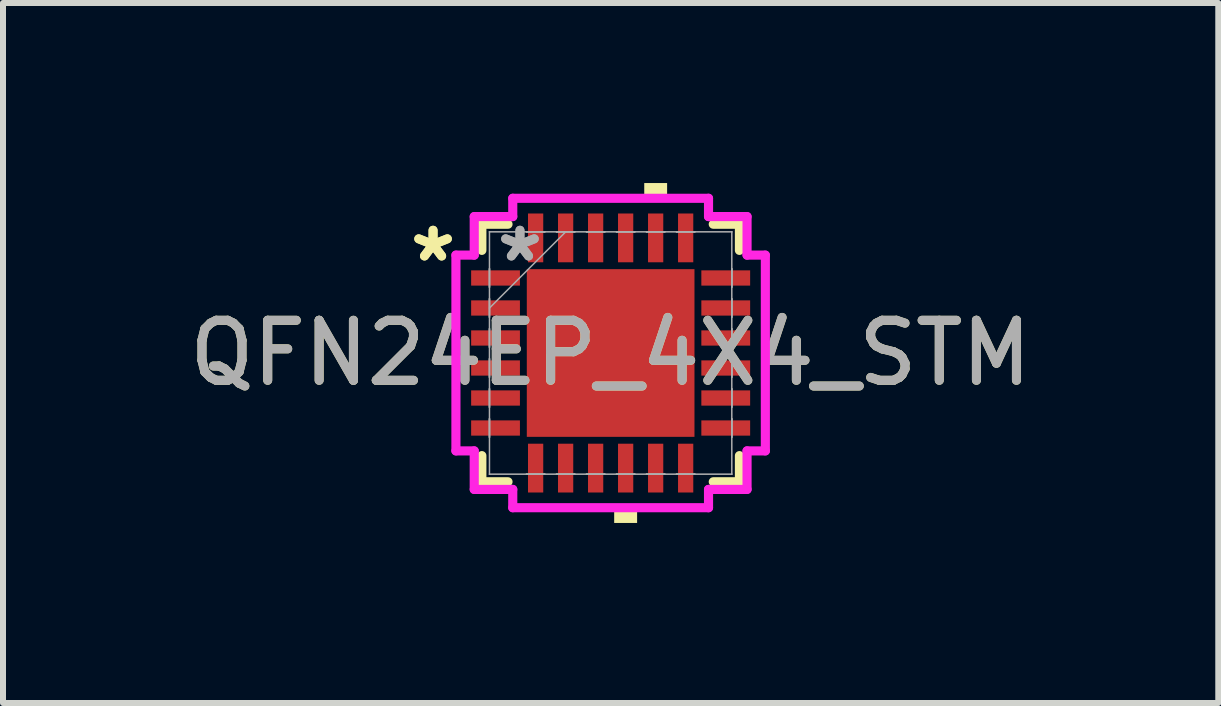
<source format=kicad_pcb>
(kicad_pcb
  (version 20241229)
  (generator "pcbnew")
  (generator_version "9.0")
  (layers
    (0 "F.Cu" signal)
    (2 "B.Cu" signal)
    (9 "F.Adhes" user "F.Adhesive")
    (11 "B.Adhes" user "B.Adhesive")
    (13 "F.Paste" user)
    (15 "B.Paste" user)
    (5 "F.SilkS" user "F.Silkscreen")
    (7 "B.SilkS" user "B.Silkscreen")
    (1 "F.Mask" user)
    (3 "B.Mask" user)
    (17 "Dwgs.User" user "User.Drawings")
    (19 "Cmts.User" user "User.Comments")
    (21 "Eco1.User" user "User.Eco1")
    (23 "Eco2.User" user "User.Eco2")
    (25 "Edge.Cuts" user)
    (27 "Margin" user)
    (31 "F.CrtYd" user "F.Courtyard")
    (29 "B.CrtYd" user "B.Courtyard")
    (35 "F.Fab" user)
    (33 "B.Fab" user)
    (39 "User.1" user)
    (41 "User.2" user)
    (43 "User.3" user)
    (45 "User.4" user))
  (footprint "QFN24EP_4X4_STM"
    (layer "F.Cu")
    (at 7.125 2.832)
    (property "Reference" "QFN24EP_4X4_STM" (at 0 0 0) (unlocked yes) (layer "F.SilkS") (effects (font (size 1 1) (thickness 0.15))))
    (attr smd)
    (fp_line (start -2.146 -2.146) (end -2.146 -1.71) (stroke (width 0.152) (type solid)) (layer "F.SilkS"))
    (fp_line (start -2.146 1.71) (end -2.146 2.146) (stroke (width 0.152) (type solid)) (layer "F.SilkS"))
    (fp_line (start -2.146 2.146) (end -1.71 2.146) (stroke (width 0.152) (type solid)) (layer "F.SilkS"))
    (fp_line (start -1.71 -2.146) (end -2.146 -2.146) (stroke (width 0.152) (type solid)) (layer "F.SilkS"))
    (fp_line (start 1.71 2.146) (end 2.146 2.146) (stroke (width 0.152) (type solid)) (layer "F.SilkS"))
    (fp_line (start 2.146 -2.146) (end 1.71 -2.146) (stroke (width 0.152) (type solid)) (layer "F.SilkS"))
    (fp_line (start 2.146 -1.71) (end 2.146 -2.146) (stroke (width 0.152) (type solid)) (layer "F.SilkS"))
    (fp_line (start 2.146 2.146) (end 2.146 1.71) (stroke (width 0.152) (type solid)) (layer "F.SilkS"))
    (fp_poly (pts (xy 0.059 2.578) (xy 0.059 2.832) (xy 0.441 2.832) (xy 0.441 2.578)) (stroke (width 0) (type solid)) (fill yes) (layer "F.SilkS"))
    (fp_poly (pts (xy 0.56 -2.578) (xy 0.56 -2.832) (xy 0.941 -2.832) (xy 0.941 -2.578)) (stroke (width 0) (type solid)) (fill yes) (layer "F.SilkS"))
    (fp_poly (pts (xy -1.297 -1.297) (xy -1.297 -0.1) (xy -0.1 -0.1) (xy -0.1 -1.297)) (stroke (width 0) (type solid)) (fill yes) (layer "F.Paste"))
    (fp_poly (pts (xy -1.297 0.1) (xy -1.297 1.297) (xy -0.1 1.297) (xy -0.1 0.1)) (stroke (width 0) (type solid)) (fill yes) (layer "F.Paste"))
    (fp_poly (pts (xy 0.1 -1.297) (xy 0.1 -0.1) (xy 1.297 -0.1) (xy 1.297 -1.297)) (stroke (width 0) (type solid)) (fill yes) (layer "F.Paste"))
    (fp_poly (pts (xy 0.1 0.1) (xy 0.1 1.297) (xy 1.297 1.297) (xy 1.297 0.1)) (stroke (width 0) (type solid)) (fill yes) (layer "F.Paste"))
    (fp_line (start -2.578 -1.631) (end -2.273 -1.631) (stroke (width 0.152) (type solid)) (layer "F.CrtYd"))
    (fp_line (start -2.578 1.631) (end -2.578 -1.631) (stroke (width 0.152) (type solid)) (layer "F.CrtYd"))
    (fp_line (start -2.273 -2.273) (end -1.631 -2.273) (stroke (width 0.152) (type solid)) (layer "F.CrtYd"))
    (fp_line (start -2.273 -1.631) (end -2.273 -2.273) (stroke (width 0.152) (type solid)) (layer "F.CrtYd"))
    (fp_line (start -2.273 1.631) (end -2.578 1.631) (stroke (width 0.152) (type solid)) (layer "F.CrtYd"))
    (fp_line (start -2.273 2.273) (end -2.273 1.631) (stroke (width 0.152) (type solid)) (layer "F.CrtYd"))
    (fp_line (start -1.631 -2.578) (end 1.631 -2.578) (stroke (width 0.152) (type solid)) (layer "F.CrtYd"))
    (fp_line (start -1.631 -2.273) (end -1.631 -2.578) (stroke (width 0.152) (type solid)) (layer "F.CrtYd"))
    (fp_line (start -1.631 2.273) (end -2.273 2.273) (stroke (width 0.152) (type solid)) (layer "F.CrtYd"))
    (fp_line (start -1.631 2.578) (end -1.631 2.273) (stroke (width 0.152) (type solid)) (layer "F.CrtYd"))
    (fp_line (start 1.631 -2.578) (end 1.631 -2.273) (stroke (width 0.152) (type solid)) (layer "F.CrtYd"))
    (fp_line (start 1.631 -2.273) (end 2.273 -2.273) (stroke (width 0.152) (type solid)) (layer "F.CrtYd"))
    (fp_line (start 1.631 2.273) (end 1.631 2.578) (stroke (width 0.152) (type solid)) (layer "F.CrtYd"))
    (fp_line (start 1.631 2.578) (end -1.631 2.578) (stroke (width 0.152) (type solid)) (layer "F.CrtYd"))
    (fp_line (start 2.273 -2.273) (end 2.273 -1.631) (stroke (width 0.152) (type solid)) (layer "F.CrtYd"))
    (fp_line (start 2.273 -1.631) (end 2.578 -1.631) (stroke (width 0.152) (type solid)) (layer "F.CrtYd"))
    (fp_line (start 2.273 1.631) (end 2.273 2.273) (stroke (width 0.152) (type solid)) (layer "F.CrtYd"))
    (fp_line (start 2.273 2.273) (end 1.631 2.273) (stroke (width 0.152) (type solid)) (layer "F.CrtYd"))
    (fp_line (start 2.578 -1.631) (end 2.578 1.631) (stroke (width 0.152) (type solid)) (layer "F.CrtYd"))
    (fp_line (start 2.578 1.631) (end 2.273 1.631) (stroke (width 0.152) (type solid)) (layer "F.CrtYd"))
    (fp_line (start -2.019 -2.019) (end -2.019 -2.019) (stroke (width 0.025) (type solid)) (layer "F.Fab"))
    (fp_line (start -2.019 -2.019) (end -2.019 2.019) (stroke (width 0.025) (type solid)) (layer "F.Fab"))
    (fp_line (start -2.019 -1.402) (end -2.019 -1.402) (stroke (width 0.025) (type solid)) (layer "F.Fab"))
    (fp_line (start -2.019 -1.402) (end -2.019 -1.098) (stroke (width 0.025) (type solid)) (layer "F.Fab"))
    (fp_line (start -2.019 -1.098) (end -2.019 -1.402) (stroke (width 0.025) (type solid)) (layer "F.Fab"))
    (fp_line (start -2.019 -1.098) (end -2.019 -1.098) (stroke (width 0.025) (type solid)) (layer "F.Fab"))
    (fp_line (start -2.019 -0.902) (end -2.019 -0.902) (stroke (width 0.025) (type solid)) (layer "F.Fab"))
    (fp_line (start -2.019 -0.902) (end -2.019 -0.598) (stroke (width 0.025) (type solid)) (layer "F.Fab"))
    (fp_line (start -2.019 -0.749) (end -0.749 -2.019) (stroke (width 0.025) (type solid)) (layer "F.Fab"))
    (fp_line (start -2.019 -0.598) (end -2.019 -0.902) (stroke (width 0.025) (type solid)) (layer "F.Fab"))
    (fp_line (start -2.019 -0.598) (end -2.019 -0.598) (stroke (width 0.025) (type solid)) (layer "F.Fab"))
    (fp_line (start -2.019 -0.402) (end -2.019 -0.402) (stroke (width 0.025) (type solid)) (layer "F.Fab"))
    (fp_line (start -2.019 -0.402) (end -2.019 -0.098) (stroke (width 0.025) (type solid)) (layer "F.Fab"))
    (fp_line (start -2.019 -0.098) (end -2.019 -0.402) (stroke (width 0.025) (type solid)) (layer "F.Fab"))
    (fp_line (start -2.019 -0.098) (end -2.019 -0.098) (stroke (width 0.025) (type solid)) (layer "F.Fab"))
    (fp_line (start -2.019 0.098) (end -2.019 0.098) (stroke (width 0.025) (type solid)) (layer "F.Fab"))
    (fp_line (start -2.019 0.098) (end -2.019 0.402) (stroke (width 0.025) (type solid)) (layer "F.Fab"))
    (fp_line (start -2.019 0.402) (end -2.019 0.098) (stroke (width 0.025) (type solid)) (layer "F.Fab"))
    (fp_line (start -2.019 0.402) (end -2.019 0.402) (stroke (width 0.025) (type solid)) (layer "F.Fab"))
    (fp_line (start -2.019 0.598) (end -2.019 0.598) (stroke (width 0.025) (type solid)) (layer "F.Fab"))
    (fp_line (start -2.019 0.598) (end -2.019 0.902) (stroke (width 0.025) (type solid)) (layer "F.Fab"))
    (fp_line (start -2.019 0.902) (end -2.019 0.598) (stroke (width 0.025) (type solid)) (layer "F.Fab"))
    (fp_line (start -2.019 0.902) (end -2.019 0.902) (stroke (width 0.025) (type solid)) (layer "F.Fab"))
    (fp_line (start -2.019 1.098) (end -2.019 1.098) (stroke (width 0.025) (type solid)) (layer "F.Fab"))
    (fp_line (start -2.019 1.098) (end -2.019 1.402) (stroke (width 0.025) (type solid)) (layer "F.Fab"))
    (fp_line (start -2.019 1.402) (end -2.019 1.098) (stroke (width 0.025) (type solid)) (layer "F.Fab"))
    (fp_line (start -2.019 1.402) (end -2.019 1.402) (stroke (width 0.025) (type solid)) (layer "F.Fab"))
    (fp_line (start -2.019 2.019) (end -2.019 2.019) (stroke (width 0.025) (type solid)) (layer "F.Fab"))
    (fp_line (start -2.019 2.019) (end 2.019 2.019) (stroke (width 0.025) (type solid)) (layer "F.Fab"))
    (fp_line (start -1.402 -2.019) (end -1.402 -2.019) (stroke (width 0.025) (type solid)) (layer "F.Fab"))
    (fp_line (start -1.402 -2.019) (end -1.098 -2.019) (stroke (width 0.025) (type solid)) (layer "F.Fab"))
    (fp_line (start -1.402 2.019) (end -1.402 2.019) (stroke (width 0.025) (type solid)) (layer "F.Fab"))
    (fp_line (start -1.402 2.019) (end -1.098 2.019) (stroke (width 0.025) (type solid)) (layer "F.Fab"))
    (fp_line (start -1.098 -2.019) (end -1.402 -2.019) (stroke (width 0.025) (type solid)) (layer "F.Fab"))
    (fp_line (start -1.098 -2.019) (end -1.098 -2.019) (stroke (width 0.025) (type solid)) (layer "F.Fab"))
    (fp_line (start -1.098 2.019) (end -1.402 2.019) (stroke (width 0.025) (type solid)) (layer "F.Fab"))
    (fp_line (start -1.098 2.019) (end -1.098 2.019) (stroke (width 0.025) (type solid)) (layer "F.Fab"))
    (fp_line (start -0.902 -2.019) (end -0.902 -2.019) (stroke (width 0.025) (type solid)) (layer "F.Fab"))
    (fp_line (start -0.902 -2.019) (end -0.598 -2.019) (stroke (width 0.025) (type solid)) (layer "F.Fab"))
    (fp_line (start -0.902 2.019) (end -0.902 2.019) (stroke (width 0.025) (type solid)) (layer "F.Fab"))
    (fp_line (start -0.902 2.019) (end -0.598 2.019) (stroke (width 0.025) (type solid)) (layer "F.Fab"))
    (fp_line (start -0.598 -2.019) (end -0.902 -2.019) (stroke (width 0.025) (type solid)) (layer "F.Fab"))
    (fp_line (start -0.598 -2.019) (end -0.598 -2.019) (stroke (width 0.025) (type solid)) (layer "F.Fab"))
    (fp_line (start -0.598 2.019) (end -0.902 2.019) (stroke (width 0.025) (type solid)) (layer "F.Fab"))
    (fp_line (start -0.598 2.019) (end -0.598 2.019) (stroke (width 0.025) (type solid)) (layer "F.Fab"))
    (fp_line (start -0.402 -2.019) (end -0.402 -2.019) (stroke (width 0.025) (type solid)) (layer "F.Fab"))
    (fp_line (start -0.402 -2.019) (end -0.098 -2.019) (stroke (width 0.025) (type solid)) (layer "F.Fab"))
    (fp_line (start -0.402 2.019) (end -0.402 2.019) (stroke (width 0.025) (type solid)) (layer "F.Fab"))
    (fp_line (start -0.402 2.019) (end -0.098 2.019) (stroke (width 0.025) (type solid)) (layer "F.Fab"))
    (fp_line (start -0.098 -2.019) (end -0.402 -2.019) (stroke (width 0.025) (type solid)) (layer "F.Fab"))
    (fp_line (start -0.098 -2.019) (end -0.098 -2.019) (stroke (width 0.025) (type solid)) (layer "F.Fab"))
    (fp_line (start -0.098 2.019) (end -0.402 2.019) (stroke (width 0.025) (type solid)) (layer "F.Fab"))
    (fp_line (start -0.098 2.019) (end -0.098 2.019) (stroke (width 0.025) (type solid)) (layer "F.Fab"))
    (fp_line (start 0.098 -2.019) (end 0.098 -2.019) (stroke (width 0.025) (type solid)) (layer "F.Fab"))
    (fp_line (start 0.098 -2.019) (end 0.402 -2.019) (stroke (width 0.025) (type solid)) (layer "F.Fab"))
    (fp_line (start 0.098 2.019) (end 0.098 2.019) (stroke (width 0.025) (type solid)) (layer "F.Fab"))
    (fp_line (start 0.098 2.019) (end 0.402 2.019) (stroke (width 0.025) (type solid)) (layer "F.Fab"))
    (fp_line (start 0.402 -2.019) (end 0.098 -2.019) (stroke (width 0.025) (type solid)) (layer "F.Fab"))
    (fp_line (start 0.402 -2.019) (end 0.402 -2.019) (stroke (width 0.025) (type solid)) (layer "F.Fab"))
    (fp_line (start 0.402 2.019) (end 0.098 2.019) (stroke (width 0.025) (type solid)) (layer "F.Fab"))
    (fp_line (start 0.402 2.019) (end 0.402 2.019) (stroke (width 0.025) (type solid)) (layer "F.Fab"))
    (fp_line (start 0.598 -2.019) (end 0.598 -2.019) (stroke (width 0.025) (type solid)) (layer "F.Fab"))
    (fp_line (start 0.598 -2.019) (end 0.902 -2.019) (stroke (width 0.025) (type solid)) (layer "F.Fab"))
    (fp_line (start 0.598 2.019) (end 0.598 2.019) (stroke (width 0.025) (type solid)) (layer "F.Fab"))
    (fp_line (start 0.598 2.019) (end 0.902 2.019) (stroke (width 0.025) (type solid)) (layer "F.Fab"))
    (fp_line (start 0.902 -2.019) (end 0.598 -2.019) (stroke (width 0.025) (type solid)) (layer "F.Fab"))
    (fp_line (start 0.902 -2.019) (end 0.902 -2.019) (stroke (width 0.025) (type solid)) (layer "F.Fab"))
    (fp_line (start 0.902 2.019) (end 0.598 2.019) (stroke (width 0.025) (type solid)) (layer "F.Fab"))
    (fp_line (start 0.902 2.019) (end 0.902 2.019) (stroke (width 0.025) (type solid)) (layer "F.Fab"))
    (fp_line (start 1.098 -2.019) (end 1.098 -2.019) (stroke (width 0.025) (type solid)) (layer "F.Fab"))
    (fp_line (start 1.098 -2.019) (end 1.402 -2.019) (stroke (width 0.025) (type solid)) (layer "F.Fab"))
    (fp_line (start 1.098 2.019) (end 1.098 2.019) (stroke (width 0.025) (type solid)) (layer "F.Fab"))
    (fp_line (start 1.098 2.019) (end 1.402 2.019) (stroke (width 0.025) (type solid)) (layer "F.Fab"))
    (fp_line (start 1.402 -2.019) (end 1.098 -2.019) (stroke (width 0.025) (type solid)) (layer "F.Fab"))
    (fp_line (start 1.402 -2.019) (end 1.402 -2.019) (stroke (width 0.025) (type solid)) (layer "F.Fab"))
    (fp_line (start 1.402 2.019) (end 1.098 2.019) (stroke (width 0.025) (type solid)) (layer "F.Fab"))
    (fp_line (start 1.402 2.019) (end 1.402 2.019) (stroke (width 0.025) (type solid)) (layer "F.Fab"))
    (fp_line (start 2.019 -2.019) (end -2.019 -2.019) (stroke (width 0.025) (type solid)) (layer "F.Fab"))
    (fp_line (start 2.019 -2.019) (end 2.019 -2.019) (stroke (width 0.025) (type solid)) (layer "F.Fab"))
    (fp_line (start 2.019 -1.402) (end 2.019 -1.402) (stroke (width 0.025) (type solid)) (layer "F.Fab"))
    (fp_line (start 2.019 -1.402) (end 2.019 -1.098) (stroke (width 0.025) (type solid)) (layer "F.Fab"))
    (fp_line (start 2.019 -1.098) (end 2.019 -1.402) (stroke (width 0.025) (type solid)) (layer "F.Fab"))
    (fp_line (start 2.019 -1.098) (end 2.019 -1.098) (stroke (width 0.025) (type solid)) (layer "F.Fab"))
    (fp_line (start 2.019 -0.902) (end 2.019 -0.902) (stroke (width 0.025) (type solid)) (layer "F.Fab"))
    (fp_line (start 2.019 -0.902) (end 2.019 -0.598) (stroke (width 0.025) (type solid)) (layer "F.Fab"))
    (fp_line (start 2.019 -0.598) (end 2.019 -0.902) (stroke (width 0.025) (type solid)) (layer "F.Fab"))
    (fp_line (start 2.019 -0.598) (end 2.019 -0.598) (stroke (width 0.025) (type solid)) (layer "F.Fab"))
    (fp_line (start 2.019 -0.402) (end 2.019 -0.402) (stroke (width 0.025) (type solid)) (layer "F.Fab"))
    (fp_line (start 2.019 -0.402) (end 2.019 -0.098) (stroke (width 0.025) (type solid)) (layer "F.Fab"))
    (fp_line (start 2.019 -0.098) (end 2.019 -0.402) (stroke (width 0.025) (type solid)) (layer "F.Fab"))
    (fp_line (start 2.019 -0.098) (end 2.019 -0.098) (stroke (width 0.025) (type solid)) (layer "F.Fab"))
    (fp_line (start 2.019 0.098) (end 2.019 0.098) (stroke (width 0.025) (type solid)) (layer "F.Fab"))
    (fp_line (start 2.019 0.098) (end 2.019 0.402) (stroke (width 0.025) (type solid)) (layer "F.Fab"))
    (fp_line (start 2.019 0.402) (end 2.019 0.098) (stroke (width 0.025) (type solid)) (layer "F.Fab"))
    (fp_line (start 2.019 0.402) (end 2.019 0.402) (stroke (width 0.025) (type solid)) (layer "F.Fab"))
    (fp_line (start 2.019 0.598) (end 2.019 0.598) (stroke (width 0.025) (type solid)) (layer "F.Fab"))
    (fp_line (start 2.019 0.598) (end 2.019 0.902) (stroke (width 0.025) (type solid)) (layer "F.Fab"))
    (fp_line (start 2.019 0.902) (end 2.019 0.598) (stroke (width 0.025) (type solid)) (layer "F.Fab"))
    (fp_line (start 2.019 0.902) (end 2.019 0.902) (stroke (width 0.025) (type solid)) (layer "F.Fab"))
    (fp_line (start 2.019 1.098) (end 2.019 1.098) (stroke (width 0.025) (type solid)) (layer "F.Fab"))
    (fp_line (start 2.019 1.098) (end 2.019 1.402) (stroke (width 0.025) (type solid)) (layer "F.Fab"))
    (fp_line (start 2.019 1.402) (end 2.019 1.098) (stroke (width 0.025) (type solid)) (layer "F.Fab"))
    (fp_line (start 2.019 1.402) (end 2.019 1.402) (stroke (width 0.025) (type solid)) (layer "F.Fab"))
    (fp_line (start 2.019 2.019) (end 2.019 -2.019) (stroke (width 0.025) (type solid)) (layer "F.Fab"))
    (fp_line (start 2.019 2.019) (end 2.019 2.019) (stroke (width 0.025) (type solid)) (layer "F.Fab"))
    (fp_text user "*" (at -2.959 -1.5 0) (unlocked yes) (layer "F.SilkS") (effects (font (size 1 1) (thickness 0.15))))
    (fp_text user "*" (at -2.959 -1.5 0) (layer "F.SilkS") (effects (font (size 1 1) (thickness 0.15))))
    (fp_text user "*" (at -1.511 -1.5 0) (unlocked yes) (layer "F.Fab") (effects (font (size 1 1) (thickness 0.15))))
    (fp_text user "${REFERENCE}" (at 0 0 0) (unlocked yes) (layer "F.Fab") (effects (font (size 1 1) (thickness 0.15))))
    (fp_text user "*" (at -1.511 -1.5 0) (layer "F.Fab") (effects (font (size 1 1) (thickness 0.15))))
    (pad "1" smd rect (at -1.918 -1.25 90) (size 0.254 0.813) (layers "F.Cu" "F.Mask" "F.Paste"))
    (pad "2" smd rect (at -1.918 -0.75 90) (size 0.254 0.813) (layers "F.Cu" "F.Mask" "F.Paste"))
    (pad "3" smd rect (at -1.918 -0.25 90) (size 0.254 0.813) (layers "F.Cu" "F.Mask" "F.Paste"))
    (pad "4" smd rect (at -1.918 0.25 90) (size 0.254 0.813) (layers "F.Cu" "F.Mask" "F.Paste"))
    (pad "5" smd rect (at -1.918 0.75 90) (size 0.254 0.813) (layers "F.Cu" "F.Mask" "F.Paste"))
    (pad "6" smd rect (at -1.918 1.25 90) (size 0.254 0.813) (layers "F.Cu" "F.Mask" "F.Paste"))
    (pad "7" smd rect (at -1.25 1.918) (size 0.254 0.813) (layers "F.Cu" "F.Mask" "F.Paste"))
    (pad "8" smd rect (at -0.75 1.918) (size 0.254 0.813) (layers "F.Cu" "F.Mask" "F.Paste"))
    (pad "9" smd rect (at -0.25 1.918) (size 0.254 0.813) (layers "F.Cu" "F.Mask" "F.Paste"))
    (pad "10" smd rect (at 0.25 1.918) (size 0.254 0.813) (layers "F.Cu" "F.Mask" "F.Paste"))
    (pad "11" smd rect (at 0.75 1.918) (size 0.254 0.813) (layers "F.Cu" "F.Mask" "F.Paste"))
    (pad "12" smd rect (at 1.25 1.918) (size 0.254 0.813) (layers "F.Cu" "F.Mask" "F.Paste"))
    (pad "13" smd rect (at 1.918 1.25 90) (size 0.254 0.813) (layers "F.Cu" "F.Mask" "F.Paste"))
    (pad "14" smd rect (at 1.918 0.75 90) (size 0.254 0.813) (layers "F.Cu" "F.Mask" "F.Paste"))
    (pad "15" smd rect (at 1.918 0.25 90) (size 0.254 0.813) (layers "F.Cu" "F.Mask" "F.Paste"))
    (pad "16" smd rect (at 1.918 -0.25 90) (size 0.254 0.813) (layers "F.Cu" "F.Mask" "F.Paste"))
    (pad "17" smd rect (at 1.918 -0.75 90) (size 0.254 0.813) (layers "F.Cu" "F.Mask" "F.Paste"))
    (pad "18" smd rect (at 1.918 -1.25 90) (size 0.254 0.813) (layers "F.Cu" "F.Mask" "F.Paste"))
    (pad "19" smd rect (at 1.25 -1.918) (size 0.254 0.813) (layers "F.Cu" "F.Mask" "F.Paste"))
    (pad "20" smd rect (at 0.75 -1.918) (size 0.254 0.813) (layers "F.Cu" "F.Mask" "F.Paste"))
    (pad "21" smd rect (at 0.25 -1.918) (size 0.254 0.813) (layers "F.Cu" "F.Mask" "F.Paste"))
    (pad "22" smd rect (at -0.25 -1.918) (size 0.254 0.813) (layers "F.Cu" "F.Mask" "F.Paste"))
    (pad "23" smd rect (at -0.75 -1.918) (size 0.254 0.813) (layers "F.Cu" "F.Mask" "F.Paste"))
    (pad "24" smd rect (at -1.25 -1.918) (size 0.254 0.813) (layers "F.Cu" "F.Mask" "F.Paste"))
    (pad "25" smd rect (at 0 0) (size 2.794 2.794) (layers "F.Cu" "F.Mask")))
  (gr_rect
    (start -3 -3)
    (end 17.25 8.664)
    (stroke (width 0.1) (type default))
    (fill no)
    (layer "Edge.Cuts")))
</source>
